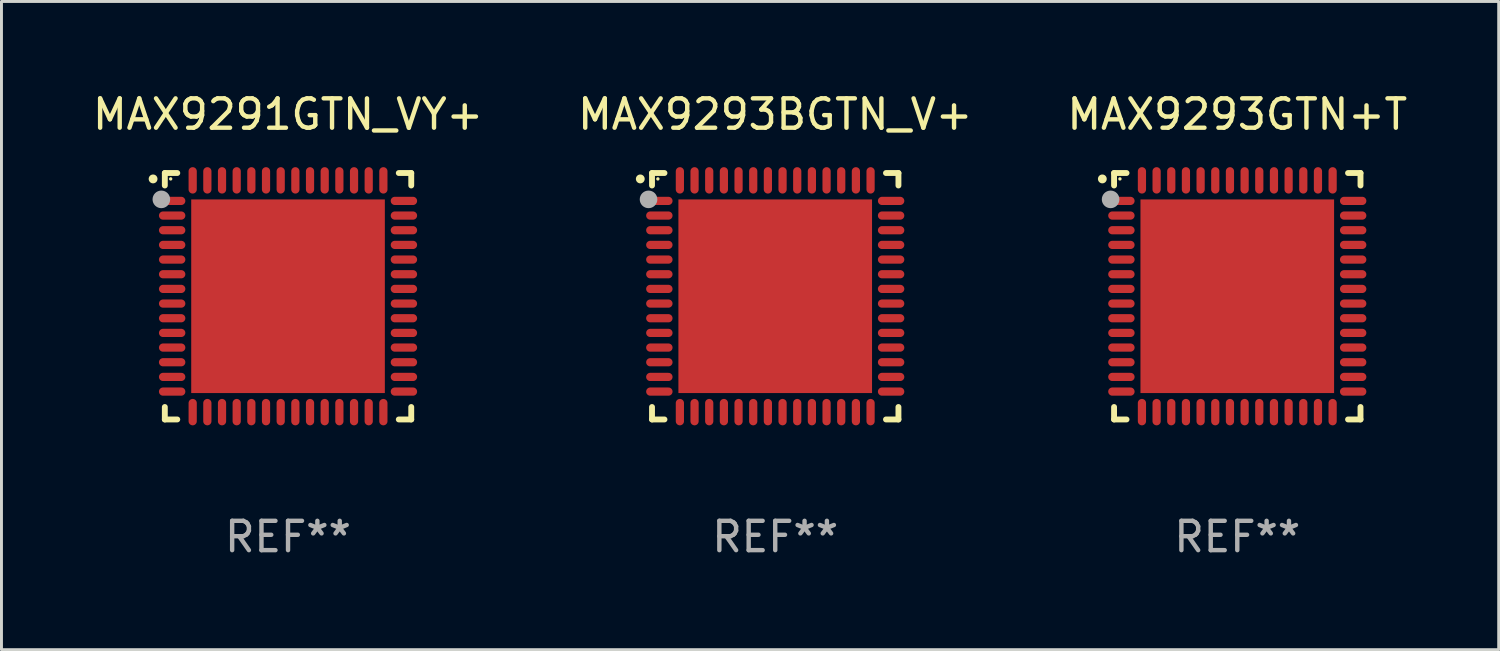
<source format=kicad_pcb>
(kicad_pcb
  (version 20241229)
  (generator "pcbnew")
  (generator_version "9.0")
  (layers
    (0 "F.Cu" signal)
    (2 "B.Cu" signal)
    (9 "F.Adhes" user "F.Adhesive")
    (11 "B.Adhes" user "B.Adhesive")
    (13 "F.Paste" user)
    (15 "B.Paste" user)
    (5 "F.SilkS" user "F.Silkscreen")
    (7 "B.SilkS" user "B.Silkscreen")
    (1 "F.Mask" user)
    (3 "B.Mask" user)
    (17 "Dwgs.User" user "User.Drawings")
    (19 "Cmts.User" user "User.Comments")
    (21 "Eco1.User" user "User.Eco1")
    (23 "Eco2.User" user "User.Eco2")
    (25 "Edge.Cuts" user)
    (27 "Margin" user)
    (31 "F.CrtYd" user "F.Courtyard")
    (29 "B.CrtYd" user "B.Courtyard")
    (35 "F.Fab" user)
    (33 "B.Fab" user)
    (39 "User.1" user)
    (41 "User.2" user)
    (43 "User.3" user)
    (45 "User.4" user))
  (footprint "MAX9293GTN+T"
    (layer "F.Cu")
    (at 39.125 7.048)
    (property "Reference" "MAX9293GTN+T" (at 0 -6.2 0) (layer "F.SilkS") (effects (font (size 1 1) (thickness 0.15))))
    (attr through_hole)
    (fp_line (start -4.2 -4.2) (end -3.775 -4.2) (stroke (width 0.2) (type solid)) (layer "F.SilkS"))
    (fp_line (start -4.2 -3.775) (end -4.2 -4.2) (stroke (width 0.2) (type solid)) (layer "F.SilkS"))
    (fp_line (start -4.2 3.775) (end -4.2 4.2) (stroke (width 0.2) (type solid)) (layer "F.SilkS"))
    (fp_line (start -4.2 4.2) (end -3.775 4.2) (stroke (width 0.2) (type solid)) (layer "F.SilkS"))
    (fp_line (start 3.775 4.2) (end 4.2 4.2) (stroke (width 0.2) (type solid)) (layer "F.SilkS"))
    (fp_line (start 4.2 -4.2) (end 3.775 -4.2) (stroke (width 0.2) (type solid)) (layer "F.SilkS"))
    (fp_line (start 4.2 -3.775) (end 4.2 -4.2) (stroke (width 0.2) (type solid)) (layer "F.SilkS"))
    (fp_line (start 4.2 4.2) (end 4.2 3.775) (stroke (width 0.2) (type solid)) (layer "F.SilkS"))
    (fp_arc (start -4.599949 -3.997968) (mid -4.599954 -3.999238) (end -4.599949 -4.000508) (stroke (width 0.3) (type solid)) (layer "F.SilkS"))
    (fp_circle (center -4 -4) (end -3.97 -4) (stroke (width 0.06) (type solid)) (fill no) (layer "F.SilkS"))
    (fp_circle (center -4.318 -3.302) (end -4.168 -3.302) (stroke (width 0.3) (type solid)) (fill no) (layer "F.Fab"))
    (fp_text user "REF**" (at 0 8.2 0) (layer "F.Fab") (effects (font (size 1 1) (thickness 0.15))))
    (pad "1" smd oval (at -3.95 -3.25 90) (size 0.28 0.9) (layers "F.Cu" "F.Mask" "F.Paste"))
    (pad "2" smd oval (at -3.95 -2.75 90) (size 0.28 0.9) (layers "F.Cu" "F.Mask" "F.Paste"))
    (pad "3" smd oval (at -3.95 -2.25 90) (size 0.28 0.9) (layers "F.Cu" "F.Mask" "F.Paste"))
    (pad "4" smd oval (at -3.95 -1.75 90) (size 0.28 0.9) (layers "F.Cu" "F.Mask" "F.Paste"))
    (pad "5" smd oval (at -3.95 -1.25 90) (size 0.28 0.9) (layers "F.Cu" "F.Mask" "F.Paste"))
    (pad "6" smd oval (at -3.95 -0.75 90) (size 0.28 0.9) (layers "F.Cu" "F.Mask" "F.Paste"))
    (pad "7" smd oval (at -3.95 -0.25 90) (size 0.28 0.9) (layers "F.Cu" "F.Mask" "F.Paste"))
    (pad "8" smd oval (at -3.95 0.25 90) (size 0.28 0.9) (layers "F.Cu" "F.Mask" "F.Paste"))
    (pad "9" smd oval (at -3.95 0.75 90) (size 0.28 0.9) (layers "F.Cu" "F.Mask" "F.Paste"))
    (pad "10" smd oval (at -3.95 1.25 90) (size 0.28 0.9) (layers "F.Cu" "F.Mask" "F.Paste"))
    (pad "11" smd oval (at -3.95 1.75 90) (size 0.28 0.9) (layers "F.Cu" "F.Mask" "F.Paste"))
    (pad "12" smd oval (at -3.95 2.25 90) (size 0.28 0.9) (layers "F.Cu" "F.Mask" "F.Paste"))
    (pad "13" smd oval (at -3.95 2.75 90) (size 0.28 0.9) (layers "F.Cu" "F.Mask" "F.Paste"))
    (pad "14" smd oval (at -3.95 3.25 90) (size 0.28 0.9) (layers "F.Cu" "F.Mask" "F.Paste"))
    (pad "15" smd oval (at -3.25 3.95) (size 0.28 0.9) (layers "F.Cu" "F.Mask" "F.Paste"))
    (pad "16" smd oval (at -2.75 3.95) (size 0.28 0.9) (layers "F.Cu" "F.Mask" "F.Paste"))
    (pad "17" smd oval (at -2.25 3.95) (size 0.28 0.9) (layers "F.Cu" "F.Mask" "F.Paste"))
    (pad "18" smd oval (at -1.75 3.95) (size 0.28 0.9) (layers "F.Cu" "F.Mask" "F.Paste"))
    (pad "19" smd oval (at -1.25 3.95) (size 0.28 0.9) (layers "F.Cu" "F.Mask" "F.Paste"))
    (pad "20" smd oval (at -0.75 3.95) (size 0.28 0.9) (layers "F.Cu" "F.Mask" "F.Paste"))
    (pad "21" smd oval (at -0.25 3.95) (size 0.28 0.9) (layers "F.Cu" "F.Mask" "F.Paste"))
    (pad "22" smd oval (at 0.25 3.95) (size 0.28 0.9) (layers "F.Cu" "F.Mask" "F.Paste"))
    (pad "23" smd oval (at 0.75 3.95) (size 0.28 0.9) (layers "F.Cu" "F.Mask" "F.Paste"))
    (pad "24" smd oval (at 1.25 3.95) (size 0.28 0.9) (layers "F.Cu" "F.Mask" "F.Paste"))
    (pad "25" smd oval (at 1.75 3.95) (size 0.28 0.9) (layers "F.Cu" "F.Mask" "F.Paste"))
    (pad "26" smd oval (at 2.25 3.95) (size 0.28 0.9) (layers "F.Cu" "F.Mask" "F.Paste"))
    (pad "27" smd oval (at 2.75 3.95) (size 0.28 0.9) (layers "F.Cu" "F.Mask" "F.Paste"))
    (pad "28" smd oval (at 3.25 3.95) (size 0.28 0.9) (layers "F.Cu" "F.Mask" "F.Paste"))
    (pad "29" smd oval (at 3.95 3.25 90) (size 0.28 0.9) (layers "F.Cu" "F.Mask" "F.Paste"))
    (pad "30" smd oval (at 3.95 2.75 90) (size 0.28 0.9) (layers "F.Cu" "F.Mask" "F.Paste"))
    (pad "31" smd oval (at 3.95 2.25 90) (size 0.28 0.9) (layers "F.Cu" "F.Mask" "F.Paste"))
    (pad "32" smd oval (at 3.95 1.75 90) (size 0.28 0.9) (layers "F.Cu" "F.Mask" "F.Paste"))
    (pad "33" smd oval (at 3.95 1.25 90) (size 0.28 0.9) (layers "F.Cu" "F.Mask" "F.Paste"))
    (pad "34" smd oval (at 3.95 0.75 90) (size 0.28 0.9) (layers "F.Cu" "F.Mask" "F.Paste"))
    (pad "35" smd oval (at 3.95 0.25 90) (size 0.28 0.9) (layers "F.Cu" "F.Mask" "F.Paste"))
    (pad "36" smd oval (at 3.95 -0.25 90) (size 0.28 0.9) (layers "F.Cu" "F.Mask" "F.Paste"))
    (pad "37" smd oval (at 3.95 -0.75 90) (size 0.28 0.9) (layers "F.Cu" "F.Mask" "F.Paste"))
    (pad "38" smd oval (at 3.95 -1.25 90) (size 0.28 0.9) (layers "F.Cu" "F.Mask" "F.Paste"))
    (pad "39" smd oval (at 3.95 -1.75 90) (size 0.28 0.9) (layers "F.Cu" "F.Mask" "F.Paste"))
    (pad "40" smd oval (at 3.95 -2.25 90) (size 0.28 0.9) (layers "F.Cu" "F.Mask" "F.Paste"))
    (pad "41" smd oval (at 3.95 -2.75 90) (size 0.28 0.9) (layers "F.Cu" "F.Mask" "F.Paste"))
    (pad "42" smd oval (at 3.95 -3.25 90) (size 0.28 0.9) (layers "F.Cu" "F.Mask" "F.Paste"))
    (pad "43" smd oval (at 3.25 -3.95) (size 0.28 0.9) (layers "F.Cu" "F.Mask" "F.Paste"))
    (pad "44" smd oval (at 2.75 -3.95) (size 0.28 0.9) (layers "F.Cu" "F.Mask" "F.Paste"))
    (pad "45" smd oval (at 2.25 -3.95) (size 0.28 0.9) (layers "F.Cu" "F.Mask" "F.Paste"))
    (pad "46" smd oval (at 1.75 -3.95) (size 0.28 0.9) (layers "F.Cu" "F.Mask" "F.Paste"))
    (pad "47" smd oval (at 1.25 -3.95) (size 0.28 0.9) (layers "F.Cu" "F.Mask" "F.Paste"))
    (pad "48" smd oval (at 0.75 -3.95) (size 0.28 0.9) (layers "F.Cu" "F.Mask" "F.Paste"))
    (pad "49" smd oval (at 0.25 -3.95) (size 0.28 0.9) (layers "F.Cu" "F.Mask" "F.Paste"))
    (pad "50" smd oval (at -0.25 -3.95) (size 0.28 0.9) (layers "F.Cu" "F.Mask" "F.Paste"))
    (pad "51" smd oval (at -0.75 -3.95) (size 0.28 0.9) (layers "F.Cu" "F.Mask" "F.Paste"))
    (pad "52" smd oval (at -1.25 -3.95) (size 0.28 0.9) (layers "F.Cu" "F.Mask" "F.Paste"))
    (pad "53" smd oval (at -1.75 -3.95) (size 0.28 0.9) (layers "F.Cu" "F.Mask" "F.Paste"))
    (pad "54" smd oval (at -2.25 -3.95) (size 0.28 0.9) (layers "F.Cu" "F.Mask" "F.Paste"))
    (pad "55" smd oval (at -2.75 -3.95) (size 0.28 0.9) (layers "F.Cu" "F.Mask" "F.Paste"))
    (pad "56" smd oval (at -3.25 -3.95) (size 0.28 0.9) (layers "F.Cu" "F.Mask" "F.Paste"))
    (pad "57" smd rect (at 0 0.000051) (size 6.6 6.6) (layers "F.Cu" "F.Mask" "F.Paste")))
  (footprint "MAX9293BGTN_V+"
    (layer "F.Cu")
    (at 23.375 7.048)
    (property "Reference" "MAX9293BGTN_V+" (at 0 -6.2 0) (layer "F.SilkS") (effects (font (size 1 1) (thickness 0.15))))
    (attr through_hole)
    (fp_line (start -4.2 -4.2) (end -3.775 -4.2) (stroke (width 0.2) (type solid)) (layer "F.SilkS"))
    (fp_line (start -4.2 -3.775) (end -4.2 -4.2) (stroke (width 0.2) (type solid)) (layer "F.SilkS"))
    (fp_line (start -4.2 3.775) (end -4.2 4.2) (stroke (width 0.2) (type solid)) (layer "F.SilkS"))
    (fp_line (start -4.2 4.2) (end -3.775 4.2) (stroke (width 0.2) (type solid)) (layer "F.SilkS"))
    (fp_line (start 3.775 4.2) (end 4.2 4.2) (stroke (width 0.2) (type solid)) (layer "F.SilkS"))
    (fp_line (start 4.2 -4.2) (end 3.775 -4.2) (stroke (width 0.2) (type solid)) (layer "F.SilkS"))
    (fp_line (start 4.2 -3.775) (end 4.2 -4.2) (stroke (width 0.2) (type solid)) (layer "F.SilkS"))
    (fp_line (start 4.2 4.2) (end 4.2 3.775) (stroke (width 0.2) (type solid)) (layer "F.SilkS"))
    (fp_arc (start -4.599949 -3.997968) (mid -4.599954 -3.999238) (end -4.599949 -4.000508) (stroke (width 0.3) (type solid)) (layer "F.SilkS"))
    (fp_circle (center -4 -4) (end -3.97 -4) (stroke (width 0.06) (type solid)) (fill no) (layer "F.SilkS"))
    (fp_circle (center -4.318 -3.302) (end -4.168 -3.302) (stroke (width 0.3) (type solid)) (fill no) (layer "F.Fab"))
    (fp_text user "REF**" (at 0 8.2 0) (layer "F.Fab") (effects (font (size 1 1) (thickness 0.15))))
    (pad "1" smd oval (at -3.95 -3.25 90) (size 0.28 0.9) (layers "F.Cu" "F.Mask" "F.Paste"))
    (pad "2" smd oval (at -3.95 -2.75 90) (size 0.28 0.9) (layers "F.Cu" "F.Mask" "F.Paste"))
    (pad "3" smd oval (at -3.95 -2.25 90) (size 0.28 0.9) (layers "F.Cu" "F.Mask" "F.Paste"))
    (pad "4" smd oval (at -3.95 -1.75 90) (size 0.28 0.9) (layers "F.Cu" "F.Mask" "F.Paste"))
    (pad "5" smd oval (at -3.95 -1.25 90) (size 0.28 0.9) (layers "F.Cu" "F.Mask" "F.Paste"))
    (pad "6" smd oval (at -3.95 -0.75 90) (size 0.28 0.9) (layers "F.Cu" "F.Mask" "F.Paste"))
    (pad "7" smd oval (at -3.95 -0.25 90) (size 0.28 0.9) (layers "F.Cu" "F.Mask" "F.Paste"))
    (pad "8" smd oval (at -3.95 0.25 90) (size 0.28 0.9) (layers "F.Cu" "F.Mask" "F.Paste"))
    (pad "9" smd oval (at -3.95 0.75 90) (size 0.28 0.9) (layers "F.Cu" "F.Mask" "F.Paste"))
    (pad "10" smd oval (at -3.95 1.25 90) (size 0.28 0.9) (layers "F.Cu" "F.Mask" "F.Paste"))
    (pad "11" smd oval (at -3.95 1.75 90) (size 0.28 0.9) (layers "F.Cu" "F.Mask" "F.Paste"))
    (pad "12" smd oval (at -3.95 2.25 90) (size 0.28 0.9) (layers "F.Cu" "F.Mask" "F.Paste"))
    (pad "13" smd oval (at -3.95 2.75 90) (size 0.28 0.9) (layers "F.Cu" "F.Mask" "F.Paste"))
    (pad "14" smd oval (at -3.95 3.25 90) (size 0.28 0.9) (layers "F.Cu" "F.Mask" "F.Paste"))
    (pad "15" smd oval (at -3.25 3.95) (size 0.28 0.9) (layers "F.Cu" "F.Mask" "F.Paste"))
    (pad "16" smd oval (at -2.75 3.95) (size 0.28 0.9) (layers "F.Cu" "F.Mask" "F.Paste"))
    (pad "17" smd oval (at -2.25 3.95) (size 0.28 0.9) (layers "F.Cu" "F.Mask" "F.Paste"))
    (pad "18" smd oval (at -1.75 3.95) (size 0.28 0.9) (layers "F.Cu" "F.Mask" "F.Paste"))
    (pad "19" smd oval (at -1.25 3.95) (size 0.28 0.9) (layers "F.Cu" "F.Mask" "F.Paste"))
    (pad "20" smd oval (at -0.75 3.95) (size 0.28 0.9) (layers "F.Cu" "F.Mask" "F.Paste"))
    (pad "21" smd oval (at -0.25 3.95) (size 0.28 0.9) (layers "F.Cu" "F.Mask" "F.Paste"))
    (pad "22" smd oval (at 0.25 3.95) (size 0.28 0.9) (layers "F.Cu" "F.Mask" "F.Paste"))
    (pad "23" smd oval (at 0.75 3.95) (size 0.28 0.9) (layers "F.Cu" "F.Mask" "F.Paste"))
    (pad "24" smd oval (at 1.25 3.95) (size 0.28 0.9) (layers "F.Cu" "F.Mask" "F.Paste"))
    (pad "25" smd oval (at 1.75 3.95) (size 0.28 0.9) (layers "F.Cu" "F.Mask" "F.Paste"))
    (pad "26" smd oval (at 2.25 3.95) (size 0.28 0.9) (layers "F.Cu" "F.Mask" "F.Paste"))
    (pad "27" smd oval (at 2.75 3.95) (size 0.28 0.9) (layers "F.Cu" "F.Mask" "F.Paste"))
    (pad "28" smd oval (at 3.25 3.95) (size 0.28 0.9) (layers "F.Cu" "F.Mask" "F.Paste"))
    (pad "29" smd oval (at 3.95 3.25 90) (size 0.28 0.9) (layers "F.Cu" "F.Mask" "F.Paste"))
    (pad "30" smd oval (at 3.95 2.75 90) (size 0.28 0.9) (layers "F.Cu" "F.Mask" "F.Paste"))
    (pad "31" smd oval (at 3.95 2.25 90) (size 0.28 0.9) (layers "F.Cu" "F.Mask" "F.Paste"))
    (pad "32" smd oval (at 3.95 1.75 90) (size 0.28 0.9) (layers "F.Cu" "F.Mask" "F.Paste"))
    (pad "33" smd oval (at 3.95 1.25 90) (size 0.28 0.9) (layers "F.Cu" "F.Mask" "F.Paste"))
    (pad "34" smd oval (at 3.95 0.75 90) (size 0.28 0.9) (layers "F.Cu" "F.Mask" "F.Paste"))
    (pad "35" smd oval (at 3.95 0.25 90) (size 0.28 0.9) (layers "F.Cu" "F.Mask" "F.Paste"))
    (pad "36" smd oval (at 3.95 -0.25 90) (size 0.28 0.9) (layers "F.Cu" "F.Mask" "F.Paste"))
    (pad "37" smd oval (at 3.95 -0.75 90) (size 0.28 0.9) (layers "F.Cu" "F.Mask" "F.Paste"))
    (pad "38" smd oval (at 3.95 -1.25 90) (size 0.28 0.9) (layers "F.Cu" "F.Mask" "F.Paste"))
    (pad "39" smd oval (at 3.95 -1.75 90) (size 0.28 0.9) (layers "F.Cu" "F.Mask" "F.Paste"))
    (pad "40" smd oval (at 3.95 -2.25 90) (size 0.28 0.9) (layers "F.Cu" "F.Mask" "F.Paste"))
    (pad "41" smd oval (at 3.95 -2.75 90) (size 0.28 0.9) (layers "F.Cu" "F.Mask" "F.Paste"))
    (pad "42" smd oval (at 3.95 -3.25 90) (size 0.28 0.9) (layers "F.Cu" "F.Mask" "F.Paste"))
    (pad "43" smd oval (at 3.25 -3.95) (size 0.28 0.9) (layers "F.Cu" "F.Mask" "F.Paste"))
    (pad "44" smd oval (at 2.75 -3.95) (size 0.28 0.9) (layers "F.Cu" "F.Mask" "F.Paste"))
    (pad "45" smd oval (at 2.25 -3.95) (size 0.28 0.9) (layers "F.Cu" "F.Mask" "F.Paste"))
    (pad "46" smd oval (at 1.75 -3.95) (size 0.28 0.9) (layers "F.Cu" "F.Mask" "F.Paste"))
    (pad "47" smd oval (at 1.25 -3.95) (size 0.28 0.9) (layers "F.Cu" "F.Mask" "F.Paste"))
    (pad "48" smd oval (at 0.75 -3.95) (size 0.28 0.9) (layers "F.Cu" "F.Mask" "F.Paste"))
    (pad "49" smd oval (at 0.25 -3.95) (size 0.28 0.9) (layers "F.Cu" "F.Mask" "F.Paste"))
    (pad "50" smd oval (at -0.25 -3.95) (size 0.28 0.9) (layers "F.Cu" "F.Mask" "F.Paste"))
    (pad "51" smd oval (at -0.75 -3.95) (size 0.28 0.9) (layers "F.Cu" "F.Mask" "F.Paste"))
    (pad "52" smd oval (at -1.25 -3.95) (size 0.28 0.9) (layers "F.Cu" "F.Mask" "F.Paste"))
    (pad "53" smd oval (at -1.75 -3.95) (size 0.28 0.9) (layers "F.Cu" "F.Mask" "F.Paste"))
    (pad "54" smd oval (at -2.25 -3.95) (size 0.28 0.9) (layers "F.Cu" "F.Mask" "F.Paste"))
    (pad "55" smd oval (at -2.75 -3.95) (size 0.28 0.9) (layers "F.Cu" "F.Mask" "F.Paste"))
    (pad "56" smd oval (at -3.25 -3.95) (size 0.28 0.9) (layers "F.Cu" "F.Mask" "F.Paste"))
    (pad "57" smd rect (at 0 0.000051) (size 6.6 6.6) (layers "F.Cu" "F.Mask" "F.Paste")))
  (footprint "MAX9291GTN_VY+"
    (layer "F.Cu")
    (at 6.768 7.048)
    (property "Reference" "MAX9291GTN_VY+" (at 0 -6.2 0) (layer "F.SilkS") (effects (font (size 1 1) (thickness 0.15))))
    (attr through_hole)
    (fp_line (start -4.2 -4.2) (end -3.775 -4.2) (stroke (width 0.2) (type solid)) (layer "F.SilkS"))
    (fp_line (start -4.2 -3.775) (end -4.2 -4.2) (stroke (width 0.2) (type solid)) (layer "F.SilkS"))
    (fp_line (start -4.2 3.775) (end -4.2 4.2) (stroke (width 0.2) (type solid)) (layer "F.SilkS"))
    (fp_line (start -4.2 4.2) (end -3.775 4.2) (stroke (width 0.2) (type solid)) (layer "F.SilkS"))
    (fp_line (start 3.775 4.2) (end 4.2 4.2) (stroke (width 0.2) (type solid)) (layer "F.SilkS"))
    (fp_line (start 4.2 -4.2) (end 3.775 -4.2) (stroke (width 0.2) (type solid)) (layer "F.SilkS"))
    (fp_line (start 4.2 -3.775) (end 4.2 -4.2) (stroke (width 0.2) (type solid)) (layer "F.SilkS"))
    (fp_line (start 4.2 4.2) (end 4.2 3.775) (stroke (width 0.2) (type solid)) (layer "F.SilkS"))
    (fp_arc (start -4.599949 -3.997968) (mid -4.599954 -3.999238) (end -4.599949 -4.000508) (stroke (width 0.3) (type solid)) (layer "F.SilkS"))
    (fp_circle (center -4 -4) (end -3.97 -4) (stroke (width 0.06) (type solid)) (fill no) (layer "F.SilkS"))
    (fp_circle (center -4.318 -3.302) (end -4.168 -3.302) (stroke (width 0.3) (type solid)) (fill no) (layer "F.Fab"))
    (fp_text user "REF**" (at 0 8.2 0) (layer "F.Fab") (effects (font (size 1 1) (thickness 0.15))))
    (pad "1" smd oval (at -3.95 -3.25 90) (size 0.28 0.9) (layers "F.Cu" "F.Mask" "F.Paste"))
    (pad "2" smd oval (at -3.95 -2.75 90) (size 0.28 0.9) (layers "F.Cu" "F.Mask" "F.Paste"))
    (pad "3" smd oval (at -3.95 -2.25 90) (size 0.28 0.9) (layers "F.Cu" "F.Mask" "F.Paste"))
    (pad "4" smd oval (at -3.95 -1.75 90) (size 0.28 0.9) (layers "F.Cu" "F.Mask" "F.Paste"))
    (pad "5" smd oval (at -3.95 -1.25 90) (size 0.28 0.9) (layers "F.Cu" "F.Mask" "F.Paste"))
    (pad "6" smd oval (at -3.95 -0.75 90) (size 0.28 0.9) (layers "F.Cu" "F.Mask" "F.Paste"))
    (pad "7" smd oval (at -3.95 -0.25 90) (size 0.28 0.9) (layers "F.Cu" "F.Mask" "F.Paste"))
    (pad "8" smd oval (at -3.95 0.25 90) (size 0.28 0.9) (layers "F.Cu" "F.Mask" "F.Paste"))
    (pad "9" smd oval (at -3.95 0.75 90) (size 0.28 0.9) (layers "F.Cu" "F.Mask" "F.Paste"))
    (pad "10" smd oval (at -3.95 1.25 90) (size 0.28 0.9) (layers "F.Cu" "F.Mask" "F.Paste"))
    (pad "11" smd oval (at -3.95 1.75 90) (size 0.28 0.9) (layers "F.Cu" "F.Mask" "F.Paste"))
    (pad "12" smd oval (at -3.95 2.25 90) (size 0.28 0.9) (layers "F.Cu" "F.Mask" "F.Paste"))
    (pad "13" smd oval (at -3.95 2.75 90) (size 0.28 0.9) (layers "F.Cu" "F.Mask" "F.Paste"))
    (pad "14" smd oval (at -3.95 3.25 90) (size 0.28 0.9) (layers "F.Cu" "F.Mask" "F.Paste"))
    (pad "15" smd oval (at -3.25 3.95) (size 0.28 0.9) (layers "F.Cu" "F.Mask" "F.Paste"))
    (pad "16" smd oval (at -2.75 3.95) (size 0.28 0.9) (layers "F.Cu" "F.Mask" "F.Paste"))
    (pad "17" smd oval (at -2.25 3.95) (size 0.28 0.9) (layers "F.Cu" "F.Mask" "F.Paste"))
    (pad "18" smd oval (at -1.75 3.95) (size 0.28 0.9) (layers "F.Cu" "F.Mask" "F.Paste"))
    (pad "19" smd oval (at -1.25 3.95) (size 0.28 0.9) (layers "F.Cu" "F.Mask" "F.Paste"))
    (pad "20" smd oval (at -0.75 3.95) (size 0.28 0.9) (layers "F.Cu" "F.Mask" "F.Paste"))
    (pad "21" smd oval (at -0.25 3.95) (size 0.28 0.9) (layers "F.Cu" "F.Mask" "F.Paste"))
    (pad "22" smd oval (at 0.25 3.95) (size 0.28 0.9) (layers "F.Cu" "F.Mask" "F.Paste"))
    (pad "23" smd oval (at 0.75 3.95) (size 0.28 0.9) (layers "F.Cu" "F.Mask" "F.Paste"))
    (pad "24" smd oval (at 1.25 3.95) (size 0.28 0.9) (layers "F.Cu" "F.Mask" "F.Paste"))
    (pad "25" smd oval (at 1.75 3.95) (size 0.28 0.9) (layers "F.Cu" "F.Mask" "F.Paste"))
    (pad "26" smd oval (at 2.25 3.95) (size 0.28 0.9) (layers "F.Cu" "F.Mask" "F.Paste"))
    (pad "27" smd oval (at 2.75 3.95) (size 0.28 0.9) (layers "F.Cu" "F.Mask" "F.Paste"))
    (pad "28" smd oval (at 3.25 3.95) (size 0.28 0.9) (layers "F.Cu" "F.Mask" "F.Paste"))
    (pad "29" smd oval (at 3.95 3.25 90) (size 0.28 0.9) (layers "F.Cu" "F.Mask" "F.Paste"))
    (pad "30" smd oval (at 3.95 2.75 90) (size 0.28 0.9) (layers "F.Cu" "F.Mask" "F.Paste"))
    (pad "31" smd oval (at 3.95 2.25 90) (size 0.28 0.9) (layers "F.Cu" "F.Mask" "F.Paste"))
    (pad "32" smd oval (at 3.95 1.75 90) (size 0.28 0.9) (layers "F.Cu" "F.Mask" "F.Paste"))
    (pad "33" smd oval (at 3.95 1.25 90) (size 0.28 0.9) (layers "F.Cu" "F.Mask" "F.Paste"))
    (pad "34" smd oval (at 3.95 0.75 90) (size 0.28 0.9) (layers "F.Cu" "F.Mask" "F.Paste"))
    (pad "35" smd oval (at 3.95 0.25 90) (size 0.28 0.9) (layers "F.Cu" "F.Mask" "F.Paste"))
    (pad "36" smd oval (at 3.95 -0.25 90) (size 0.28 0.9) (layers "F.Cu" "F.Mask" "F.Paste"))
    (pad "37" smd oval (at 3.95 -0.75 90) (size 0.28 0.9) (layers "F.Cu" "F.Mask" "F.Paste"))
    (pad "38" smd oval (at 3.95 -1.25 90) (size 0.28 0.9) (layers "F.Cu" "F.Mask" "F.Paste"))
    (pad "39" smd oval (at 3.95 -1.75 90) (size 0.28 0.9) (layers "F.Cu" "F.Mask" "F.Paste"))
    (pad "40" smd oval (at 3.95 -2.25 90) (size 0.28 0.9) (layers "F.Cu" "F.Mask" "F.Paste"))
    (pad "41" smd oval (at 3.95 -2.75 90) (size 0.28 0.9) (layers "F.Cu" "F.Mask" "F.Paste"))
    (pad "42" smd oval (at 3.95 -3.25 90) (size 0.28 0.9) (layers "F.Cu" "F.Mask" "F.Paste"))
    (pad "43" smd oval (at 3.25 -3.95) (size 0.28 0.9) (layers "F.Cu" "F.Mask" "F.Paste"))
    (pad "44" smd oval (at 2.75 -3.95) (size 0.28 0.9) (layers "F.Cu" "F.Mask" "F.Paste"))
    (pad "45" smd oval (at 2.25 -3.95) (size 0.28 0.9) (layers "F.Cu" "F.Mask" "F.Paste"))
    (pad "46" smd oval (at 1.75 -3.95) (size 0.28 0.9) (layers "F.Cu" "F.Mask" "F.Paste"))
    (pad "47" smd oval (at 1.25 -3.95) (size 0.28 0.9) (layers "F.Cu" "F.Mask" "F.Paste"))
    (pad "48" smd oval (at 0.75 -3.95) (size 0.28 0.9) (layers "F.Cu" "F.Mask" "F.Paste"))
    (pad "49" smd oval (at 0.25 -3.95) (size 0.28 0.9) (layers "F.Cu" "F.Mask" "F.Paste"))
    (pad "50" smd oval (at -0.25 -3.95) (size 0.28 0.9) (layers "F.Cu" "F.Mask" "F.Paste"))
    (pad "51" smd oval (at -0.75 -3.95) (size 0.28 0.9) (layers "F.Cu" "F.Mask" "F.Paste"))
    (pad "52" smd oval (at -1.25 -3.95) (size 0.28 0.9) (layers "F.Cu" "F.Mask" "F.Paste"))
    (pad "53" smd oval (at -1.75 -3.95) (size 0.28 0.9) (layers "F.Cu" "F.Mask" "F.Paste"))
    (pad "54" smd oval (at -2.25 -3.95) (size 0.28 0.9) (layers "F.Cu" "F.Mask" "F.Paste"))
    (pad "55" smd oval (at -2.75 -3.95) (size 0.28 0.9) (layers "F.Cu" "F.Mask" "F.Paste"))
    (pad "56" smd oval (at -3.25 -3.95) (size 0.28 0.9) (layers "F.Cu" "F.Mask" "F.Paste"))
    (pad "57" smd rect (at 0 0.000051) (size 6.6 6.6) (layers "F.Cu" "F.Mask" "F.Paste")))
  (gr_rect
    (start -3 -3)
    (end 48.036 19.096)
    (stroke (width 0.1) (type default))
    (fill no)
    (layer "Edge.Cuts")))
</source>
